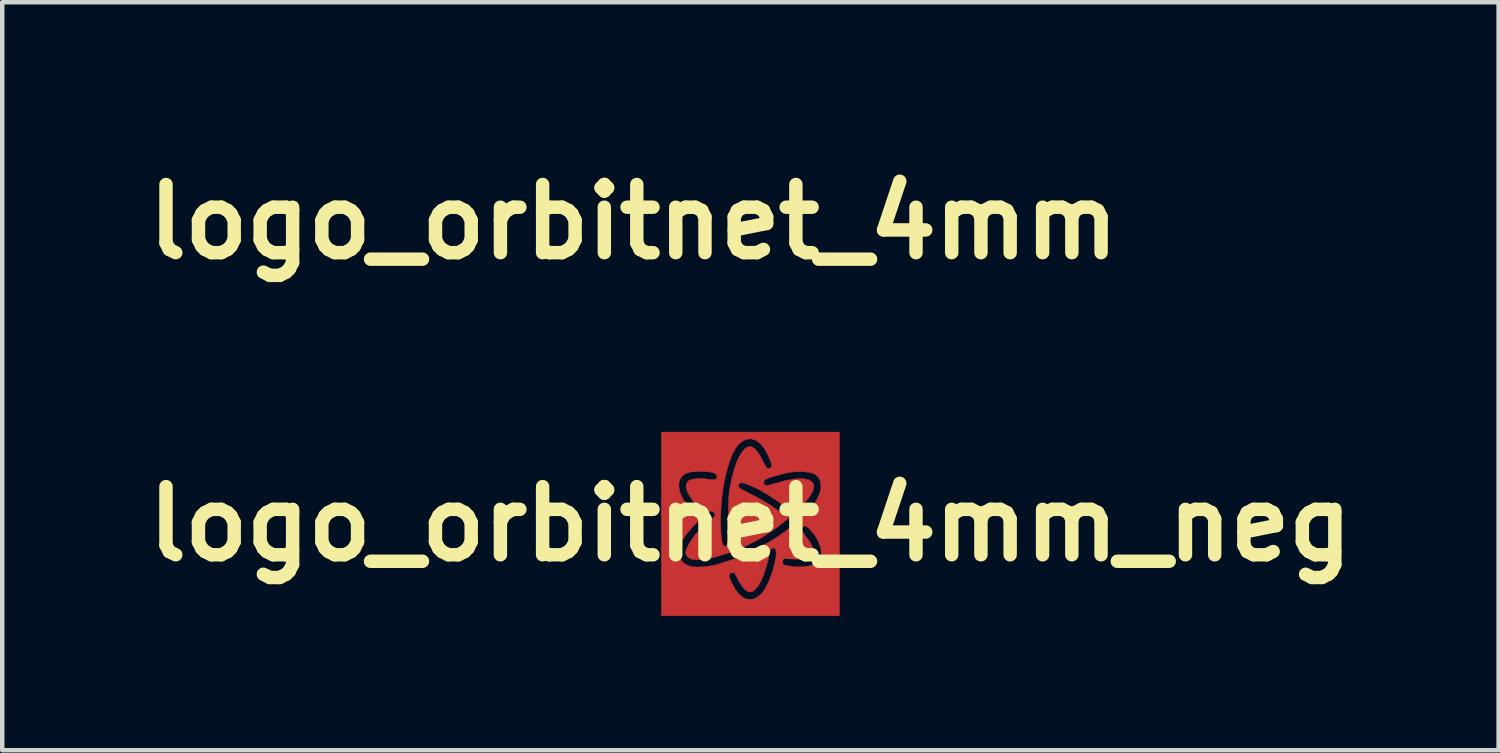
<source format=kicad_pcb>
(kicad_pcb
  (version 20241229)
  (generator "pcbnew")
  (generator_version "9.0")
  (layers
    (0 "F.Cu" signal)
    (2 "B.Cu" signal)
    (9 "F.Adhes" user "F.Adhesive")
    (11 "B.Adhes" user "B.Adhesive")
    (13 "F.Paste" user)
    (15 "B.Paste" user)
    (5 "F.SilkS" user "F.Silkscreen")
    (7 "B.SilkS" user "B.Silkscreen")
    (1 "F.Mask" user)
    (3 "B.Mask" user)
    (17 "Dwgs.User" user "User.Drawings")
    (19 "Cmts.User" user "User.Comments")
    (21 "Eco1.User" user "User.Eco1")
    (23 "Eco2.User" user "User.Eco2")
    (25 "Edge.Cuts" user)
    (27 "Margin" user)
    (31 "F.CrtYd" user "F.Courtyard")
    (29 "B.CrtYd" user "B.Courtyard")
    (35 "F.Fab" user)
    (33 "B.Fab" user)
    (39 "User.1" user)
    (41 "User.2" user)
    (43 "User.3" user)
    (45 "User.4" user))
  (footprint "logo_orbitnet_4mm_neg"
    (layer "F.Cu")
    (at 13.723 8.661)
    (property "Reference" "logo_orbitnet_4mm_neg" (at 0 0 0) (layer "F.SilkS") (effects (font (size 1.524 1.524) (thickness 0.3))))
    (attr through_hole)
    (fp_poly (pts (xy 1.99 2.053) (xy -1.99 2.053) (xy -1.99 1.128) (xy -0.474 1.128) (xy -0.472 1.181) (xy -0.444 1.262) (xy -0.419 1.316) (xy -0.333 1.472) (xy -0.241 1.586) (xy -0.144 1.659) (xy -0.042 1.69) (xy 0.065 1.679) (xy 0.12 1.658) (xy 0.177 1.621) (xy 0.239 1.566) (xy 0.271 1.531) (xy 0.327 1.45) (xy 0.382 1.347) (xy 0.434 1.229) (xy 0.481 1.102) (xy 0.52 0.974) (xy 0.55 0.85) (xy 0.552 0.841) (xy 0.724 0.841) (xy 0.725 0.89) (xy 0.746 0.914) (xy 0.766 0.921) (xy 0.966 0.956) (xy 1.16 0.96) (xy 1.337 0.934) (xy 1.402 0.914) (xy 1.483 0.872) (xy 1.538 0.806) (xy 1.572 0.711) (xy 1.582 0.653) (xy 1.577 0.564) (xy 1.546 0.457) (xy 1.492 0.342) (xy 1.421 0.23) (xy 1.338 0.131) (xy 1.307 0.101) (xy 1.251 0.056) (xy 1.209 0.045) (xy 1.174 0.063) (xy 1.168 0.068) (xy 1.148 0.098) (xy 1.149 0.134) (xy 1.173 0.184) (xy 1.223 0.255) (xy 1.236 0.272) (xy 1.329 0.403) (xy 1.389 0.513) (xy 1.414 0.604) (xy 1.407 0.678) (xy 1.367 0.739) (xy 1.363 0.742) (xy 1.336 0.766) (xy 1.306 0.78) (xy 1.265 0.788) (xy 1.202 0.79) (xy 1.108 0.789) (xy 1.094 0.789) (xy 0.993 0.786) (xy 0.901 0.783) (xy 0.83 0.78) (xy 0.804 0.778) (xy 0.754 0.778) (xy 0.732 0.794) (xy 0.724 0.839) (xy 0.724 0.841) (xy 0.552 0.841) (xy 0.57 0.739) (xy 0.576 0.646) (xy 0.568 0.578) (xy 0.546 0.544) (xy 0.505 0.538) (xy 0.463 0.562) (xy 0.432 0.607) (xy 0.423 0.646) (xy 0.416 0.709) (xy 0.397 0.8) (xy 0.369 0.907) (xy 0.335 1.02) (xy 0.299 1.126) (xy 0.264 1.215) (xy 0.249 1.248) (xy 0.177 1.377) (xy 0.109 1.465) (xy 0.044 1.514) (xy -0.02 1.523) (xy -0.086 1.495) (xy -0.143 1.446) (xy -0.191 1.385) (xy -0.243 1.303) (xy -0.283 1.229) (xy -0.321 1.154) (xy -0.351 1.112) (xy -0.379 1.093) (xy -0.4 1.09) (xy -0.45 1.099) (xy -0.474 1.128) (xy -1.99 1.128) (xy -1.99 0.608) (xy -1.602 0.608) (xy -1.594 0.723) (xy -1.548 0.818) (xy -1.468 0.892) (xy -1.356 0.942) (xy -1.302 0.955) (xy -1.203 0.963) (xy -1.078 0.96) (xy -0.94 0.945) (xy -0.802 0.921) (xy -0.742 0.906) (xy -0.397 0.797) (xy -0.042 0.647) (xy 0.322 0.458) (xy 0.511 0.346) (xy 0.673 0.242) (xy 0.815 0.141) (xy 0.949 0.034) (xy 1.088 -0.09) (xy 1.188 -0.186) (xy 1.288 -0.285) (xy 1.362 -0.365) (xy 1.418 -0.436) (xy 1.463 -0.506) (xy 1.495 -0.565) (xy 1.539 -0.657) (xy 1.564 -0.729) (xy 1.575 -0.795) (xy 1.576 -0.847) (xy 1.562 -0.96) (xy 1.518 -1.047) (xy 1.444 -1.11) (xy 1.337 -1.15) (xy 1.195 -1.168) (xy 1.119 -1.17) (xy 1.016 -1.167) (xy 0.921 -1.159) (xy 0.823 -1.142) (xy 0.71 -1.116) (xy 0.572 -1.077) (xy 0.529 -1.065) (xy 0.428 -1.034) (xy 0.361 -1.008) (xy 0.321 -0.984) (xy 0.302 -0.957) (xy 0.296 -0.924) (xy 0.296 -0.92) (xy 0.305 -0.882) (xy 0.334 -0.862) (xy 0.388 -0.862) (xy 0.472 -0.88) (xy 0.562 -0.907) (xy 0.761 -0.963) (xy 0.939 -0.999) (xy 1.092 -1.014) (xy 1.219 -1.008) (xy 1.317 -0.982) (xy 1.383 -0.936) (xy 1.415 -0.871) (xy 1.418 -0.84) (xy 1.404 -0.758) (xy 1.359 -0.665) (xy 1.281 -0.557) (xy 1.17 -0.431) (xy 1.122 -0.381) (xy 0.824 -0.103) (xy 0.518 0.136) (xy 0.199 0.339) (xy -0.139 0.51) (xy -0.501 0.652) (xy -0.728 0.723) (xy -0.879 0.761) (xy -1.024 0.787) (xy -1.153 0.8) (xy -1.258 0.799) (xy -1.331 0.784) (xy -1.388 0.749) (xy -1.428 0.708) (xy -1.447 0.669) (xy -1.448 0.629) (xy -1.432 0.574) (xy -1.36 0.419) (xy -1.249 0.26) (xy -1.105 0.103) (xy -0.973 -0.014) (xy -0.667 -0.014) (xy -0.659 0.174) (xy -0.648 0.31) (xy -0.634 0.406) (xy -0.616 0.468) (xy -0.593 0.499) (xy -0.563 0.503) (xy -0.53 0.488) (xy -0.52 0.475) (xy -0.513 0.449) (xy -0.507 0.403) (xy -0.503 0.334) (xy -0.5 0.237) (xy -0.498 0.107) (xy -0.496 -0.06) (xy -0.496 -0.078) (xy -0.495 -0.258) (xy -0.492 -0.402) (xy -0.488 -0.52) (xy -0.482 -0.617) (xy -0.473 -0.703) (xy -0.462 -0.783) (xy -0.449 -0.853) (xy -0.271 -0.853) (xy -0.268 -0.833) (xy -0.249 -0.811) (xy -0.209 -0.783) (xy -0.143 -0.746) (xy -0.047 -0.696) (xy 0.004 -0.671) (xy 0.129 -0.606) (xy 0.262 -0.531) (xy 0.389 -0.455) (xy 0.493 -0.386) (xy 0.497 -0.383) (xy 0.616 -0.304) (xy 0.708 -0.254) (xy 0.775 -0.232) (xy 0.819 -0.238) (xy 0.837 -0.256) (xy 0.84 -0.295) (xy 0.808 -0.346) (xy 0.74 -0.411) (xy 0.645 -0.483) (xy 0.423 -0.633) (xy 0.211 -0.757) (xy 0.014 -0.853) (xy -0.022 -0.868) (xy -0.123 -0.905) (xy -0.193 -0.921) (xy -0.238 -0.914) (xy -0.263 -0.885) (xy -0.271 -0.853) (xy -0.449 -0.853) (xy -0.448 -0.859) (xy -0.402 -1.074) (xy -0.353 -1.253) (xy -0.299 -1.403) (xy -0.248 -1.509) (xy -0.176 -1.625) (xy -0.104 -1.7) (xy -0.032 -1.732) (xy 0.04 -1.722) (xy 0.113 -1.669) (xy 0.187 -1.575) (xy 0.262 -1.438) (xy 0.269 -1.424) (xy 0.317 -1.326) (xy 0.355 -1.264) (xy 0.387 -1.235) (xy 0.417 -1.234) (xy 0.45 -1.258) (xy 0.454 -1.262) (xy 0.471 -1.284) (xy 0.477 -1.31) (xy 0.471 -1.349) (xy 0.45 -1.407) (xy 0.413 -1.493) (xy 0.387 -1.549) (xy 0.306 -1.693) (xy 0.215 -1.801) (xy 0.118 -1.87) (xy 0.016 -1.902) (xy -0.086 -1.894) (xy -0.187 -1.846) (xy -0.282 -1.758) (xy -0.327 -1.699) (xy -0.4 -1.568) (xy -0.467 -1.4) (xy -0.526 -1.204) (xy -0.577 -0.985) (xy -0.617 -0.75) (xy -0.646 -0.506) (xy -0.663 -0.258) (xy -0.667 -0.014) (xy -0.973 -0.014) (xy -0.948 -0.035) (xy -0.881 -0.091) (xy -0.827 -0.141) (xy -0.794 -0.176) (xy -0.789 -0.184) (xy -0.793 -0.225) (xy -0.825 -0.263) (xy -0.871 -0.286) (xy -0.913 -0.285) (xy -0.944 -0.265) (xy -0.999 -0.22) (xy -1.07 -0.156) (xy -1.152 -0.077) (xy -1.206 -0.023) (xy -1.347 0.127) (xy -1.453 0.259) (xy -1.529 0.379) (xy -1.578 0.489) (xy -1.601 0.596) (xy -1.602 0.608) (xy -1.99 0.608) (xy -1.99 -0.837) (xy -1.6 -0.837) (xy -1.578 -0.718) (xy -1.528 -0.592) (xy -1.453 -0.468) (xy -1.394 -0.393) (xy -1.325 -0.327) (xy -1.269 -0.301) (xy -1.223 -0.314) (xy -1.199 -0.342) (xy -1.192 -0.373) (xy -1.208 -0.413) (xy -1.24 -0.455) (xy -1.342 -0.598) (xy -1.409 -0.719) (xy -1.439 -0.82) (xy -1.432 -0.9) (xy -1.39 -0.959) (xy -1.344 -0.986) (xy -1.268 -1.005) (xy -1.167 -1.014) (xy -1.055 -1.013) (xy -0.948 -1.001) (xy -0.915 -0.994) (xy -0.831 -0.985) (xy -0.773 -1) (xy -0.745 -1.037) (xy -0.745 -1.065) (xy -0.764 -1.107) (xy -0.81 -1.138) (xy -0.886 -1.159) (xy -0.998 -1.17) (xy -1.111 -1.173) (xy -1.254 -1.169) (xy -1.363 -1.154) (xy -1.446 -1.126) (xy -1.51 -1.081) (xy -1.554 -1.03) (xy -1.593 -0.944) (xy -1.6 -0.837) (xy -1.99 -0.837) (xy -1.99 -2.053) (xy 1.99 -2.053) (xy 1.99 2.053)) (stroke (width 0.01) (type solid)) (fill yes) (layer "F.Cu")))
  (footprint "logo_orbitnet_4mm"
    (layer "F.Cu")
    (at 11.111 1.908)
    (property "Reference" "logo_orbitnet_4mm" (at 0 0 0) (layer "F.SilkS") (effects (font (size 1.524 1.524) (thickness 0.3))))
    (attr through_hole)
    (fp_poly (pts (xy -0.173 -0.918) (xy -0.093 -0.895) (xy -0.022 -0.868) (xy 0.17 -0.779) (xy 0.38 -0.66) (xy 0.6 -0.515) (xy 0.645 -0.483) (xy 0.748 -0.404) (xy 0.813 -0.34) (xy 0.842 -0.291) (xy 0.837 -0.256) (xy 0.806 -0.233) (xy 0.753 -0.237) (xy 0.678 -0.268) (xy 0.576 -0.329) (xy 0.497 -0.383) (xy 0.394 -0.451) (xy 0.269 -0.527) (xy 0.135 -0.603) (xy 0.01 -0.668) (xy 0.004 -0.671) (xy -0.107 -0.727) (xy -0.185 -0.769) (xy -0.235 -0.8) (xy -0.262 -0.824) (xy -0.271 -0.845) (xy -0.271 -0.853) (xy -0.256 -0.897) (xy -0.226 -0.919) (xy -0.173 -0.918)) (stroke (width 0.01) (type solid)) (fill yes) (layer "F.Mask"))
    (fp_poly (pts (xy -0.97 -1.168) (xy -0.867 -1.155) (xy -0.797 -1.132) (xy -0.758 -1.099) (xy -0.745 -1.065) (xy -0.755 -1.017) (xy -0.797 -0.99) (xy -0.868 -0.986) (xy -0.915 -0.994) (xy -0.988 -1.006) (xy -1.078 -1.014) (xy -1.138 -1.015) (xy -1.269 -1.006) (xy -1.363 -0.975) (xy -1.42 -0.924) (xy -1.441 -0.852) (xy -1.424 -0.759) (xy -1.371 -0.645) (xy -1.281 -0.51) (xy -1.24 -0.455) (xy -1.202 -0.401) (xy -1.191 -0.365) (xy -1.199 -0.342) (xy -1.239 -0.305) (xy -1.289 -0.306) (xy -1.349 -0.347) (xy -1.394 -0.393) (xy -1.484 -0.514) (xy -1.55 -0.64) (xy -1.589 -0.764) (xy -1.6 -0.879) (xy -1.582 -0.979) (xy -1.554 -1.03) (xy -1.5 -1.09) (xy -1.432 -1.132) (xy -1.345 -1.158) (xy -1.23 -1.171) (xy -1.111 -1.173) (xy -0.97 -1.168)) (stroke (width 0.01) (type solid)) (fill yes) (layer "F.Mask"))
    (fp_poly (pts (xy 0.546 0.544) (xy 0.569 0.582) (xy 0.576 0.652) (xy 0.569 0.747) (xy 0.548 0.86) (xy 0.517 0.984) (xy 0.477 1.113) (xy 0.43 1.239) (xy 0.378 1.356) (xy 0.323 1.458) (xy 0.271 1.531) (xy 0.173 1.625) (xy 0.07 1.678) (xy -0.035 1.69) (xy -0.141 1.66) (xy -0.143 1.658) (xy -0.237 1.59) (xy -0.327 1.481) (xy -0.413 1.33) (xy -0.419 1.316) (xy -0.461 1.219) (xy -0.476 1.152) (xy -0.466 1.111) (xy -0.429 1.092) (xy -0.4 1.09) (xy -0.369 1.097) (xy -0.341 1.123) (xy -0.31 1.175) (xy -0.283 1.229) (xy -0.238 1.312) (xy -0.185 1.393) (xy -0.143 1.446) (xy -0.074 1.503) (xy -0.008 1.524) (xy 0.056 1.508) (xy 0.122 1.452) (xy 0.19 1.356) (xy 0.249 1.248) (xy 0.282 1.172) (xy 0.318 1.073) (xy 0.353 0.962) (xy 0.384 0.85) (xy 0.408 0.75) (xy 0.422 0.672) (xy 0.423 0.646) (xy 0.438 0.594) (xy 0.473 0.554) (xy 0.516 0.536) (xy 0.546 0.544)) (stroke (width 0.01) (type solid)) (fill yes) (layer "F.Mask"))
    (fp_poly (pts (xy 1.244 0.053) (xy 1.298 0.092) (xy 1.307 0.101) (xy 1.393 0.193) (xy 1.468 0.302) (xy 1.529 0.417) (xy 1.569 0.527) (xy 1.584 0.624) (xy 1.582 0.653) (xy 1.557 0.765) (xy 1.512 0.844) (xy 1.445 0.896) (xy 1.402 0.914) (xy 1.28 0.944) (xy 1.139 0.961) (xy 0.999 0.961) (xy 0.921 0.952) (xy 0.828 0.935) (xy 0.768 0.921) (xy 0.736 0.906) (xy 0.723 0.886) (xy 0.722 0.856) (xy 0.724 0.841) (xy 0.732 0.795) (xy 0.753 0.778) (xy 0.802 0.778) (xy 0.804 0.778) (xy 0.858 0.781) (xy 0.94 0.784) (xy 1.037 0.787) (xy 1.094 0.789) (xy 1.192 0.79) (xy 1.258 0.789) (xy 1.302 0.782) (xy 1.332 0.768) (xy 1.36 0.746) (xy 1.363 0.742) (xy 1.405 0.682) (xy 1.415 0.609) (xy 1.391 0.519) (xy 1.334 0.41) (xy 1.243 0.281) (xy 1.236 0.272) (xy 1.18 0.196) (xy 1.151 0.142) (xy 1.146 0.104) (xy 1.163 0.073) (xy 1.168 0.068) (xy 1.204 0.045) (xy 1.244 0.053)) (stroke (width 0.01) (type solid)) (fill yes) (layer "F.Mask"))
    (fp_poly (pts (xy 0.067 -1.891) (xy 0.167 -1.84) (xy 0.262 -1.751) (xy 0.348 -1.625) (xy 0.387 -1.549) (xy 0.433 -1.447) (xy 0.462 -1.376) (xy 0.476 -1.328) (xy 0.476 -1.296) (xy 0.464 -1.273) (xy 0.454 -1.262) (xy 0.42 -1.236) (xy 0.39 -1.234) (xy 0.358 -1.26) (xy 0.321 -1.318) (xy 0.274 -1.412) (xy 0.269 -1.424) (xy 0.196 -1.562) (xy 0.125 -1.659) (xy 0.056 -1.716) (xy -0.014 -1.733) (xy -0.084 -1.711) (xy -0.122 -1.684) (xy -0.197 -1.598) (xy -0.268 -1.472) (xy -0.334 -1.307) (xy -0.393 -1.106) (xy -0.446 -0.87) (xy -0.448 -0.859) (xy -0.463 -0.777) (xy -0.474 -0.697) (xy -0.482 -0.611) (xy -0.488 -0.512) (xy -0.492 -0.393) (xy -0.495 -0.246) (xy -0.496 -0.078) (xy -0.498 0.093) (xy -0.5 0.226) (xy -0.502 0.326) (xy -0.507 0.398) (xy -0.512 0.445) (xy -0.52 0.474) (xy -0.529 0.487) (xy -0.53 0.488) (xy -0.57 0.506) (xy -0.599 0.493) (xy -0.614 0.476) (xy -0.627 0.441) (xy -0.639 0.371) (xy -0.651 0.274) (xy -0.659 0.174) (xy -0.667 -0.063) (xy -0.661 -0.308) (xy -0.641 -0.556) (xy -0.61 -0.799) (xy -0.567 -1.031) (xy -0.515 -1.246) (xy -0.454 -1.437) (xy -0.386 -1.597) (xy -0.327 -1.699) (xy -0.235 -1.808) (xy -0.137 -1.875) (xy -0.035 -1.903) (xy 0.067 -1.891)) (stroke (width 0.01) (type solid)) (fill yes) (layer "F.Mask"))
    (fp_poly (pts (xy 1.277 -1.161) (xy 1.399 -1.131) (xy 1.488 -1.078) (xy 1.546 -1.002) (xy 1.573 -0.901) (xy 1.576 -0.847) (xy 1.573 -0.775) (xy 1.558 -0.708) (xy 1.528 -0.632) (xy 1.495 -0.565) (xy 1.417 -0.439) (xy 1.304 -0.301) (xy 1.163 -0.156) (xy 0.999 -0.008) (xy 0.817 0.137) (xy 0.622 0.275) (xy 0.511 0.346) (xy 0.255 0.495) (xy 0.000424 0.626) (xy -0.249 0.738) (xy -0.489 0.829) (xy -0.715 0.898) (xy -0.923 0.944) (xy -1.109 0.965) (xy -1.268 0.96) (xy -1.302 0.955) (xy -1.427 0.915) (xy -1.52 0.851) (xy -1.58 0.764) (xy -1.603 0.657) (xy -1.602 0.608) (xy -1.582 0.502) (xy -1.537 0.392) (xy -1.464 0.274) (xy -1.361 0.144) (xy -1.225 -0.004) (xy -1.206 -0.023) (xy -1.121 -0.107) (xy -1.042 -0.181) (xy -0.977 -0.24) (xy -0.93 -0.276) (xy -0.913 -0.285) (xy -0.864 -0.284) (xy -0.819 -0.258) (xy -0.79 -0.219) (xy -0.789 -0.184) (xy -0.811 -0.157) (xy -0.857 -0.112) (xy -0.92 -0.058) (xy -0.948 -0.035) (xy -1.12 0.117) (xy -1.261 0.275) (xy -1.368 0.434) (xy -1.432 0.574) (xy -1.449 0.632) (xy -1.447 0.671) (xy -1.428 0.708) (xy -1.384 0.752) (xy -1.331 0.784) (xy -1.257 0.8) (xy -1.152 0.8) (xy -1.023 0.787) (xy -0.878 0.761) (xy -0.728 0.723) (xy -0.349 0.597) (xy 0.003 0.443) (xy 0.332 0.259) (xy 0.645 0.042) (xy 0.947 -0.213) (xy 1.122 -0.381) (xy 1.246 -0.514) (xy 1.335 -0.628) (xy 1.391 -0.727) (xy 1.416 -0.812) (xy 1.418 -0.84) (xy 1.4 -0.913) (xy 1.346 -0.967) (xy 1.261 -1) (xy 1.145 -1.014) (xy 1.001 -1.007) (xy 0.833 -0.979) (xy 0.642 -0.931) (xy 0.562 -0.907) (xy 0.451 -0.875) (xy 0.374 -0.861) (xy 0.326 -0.865) (xy 0.302 -0.888) (xy 0.296 -0.92) (xy 0.301 -0.954) (xy 0.318 -0.981) (xy 0.355 -1.005) (xy 0.419 -1.031) (xy 0.516 -1.061) (xy 0.529 -1.065) (xy 0.676 -1.107) (xy 0.794 -1.136) (xy 0.895 -1.155) (xy 0.99 -1.166) (xy 1.09 -1.17) (xy 1.119 -1.17) (xy 1.277 -1.161)) (stroke (width 0.01) (type solid)) (fill yes) (layer "F.Mask")))
  (gr_rect
    (start -3 -3)
    (end 30.447 13.719)
    (stroke (width 0.1) (type default))
    (fill no)
    (layer "Edge.Cuts")))
</source>
